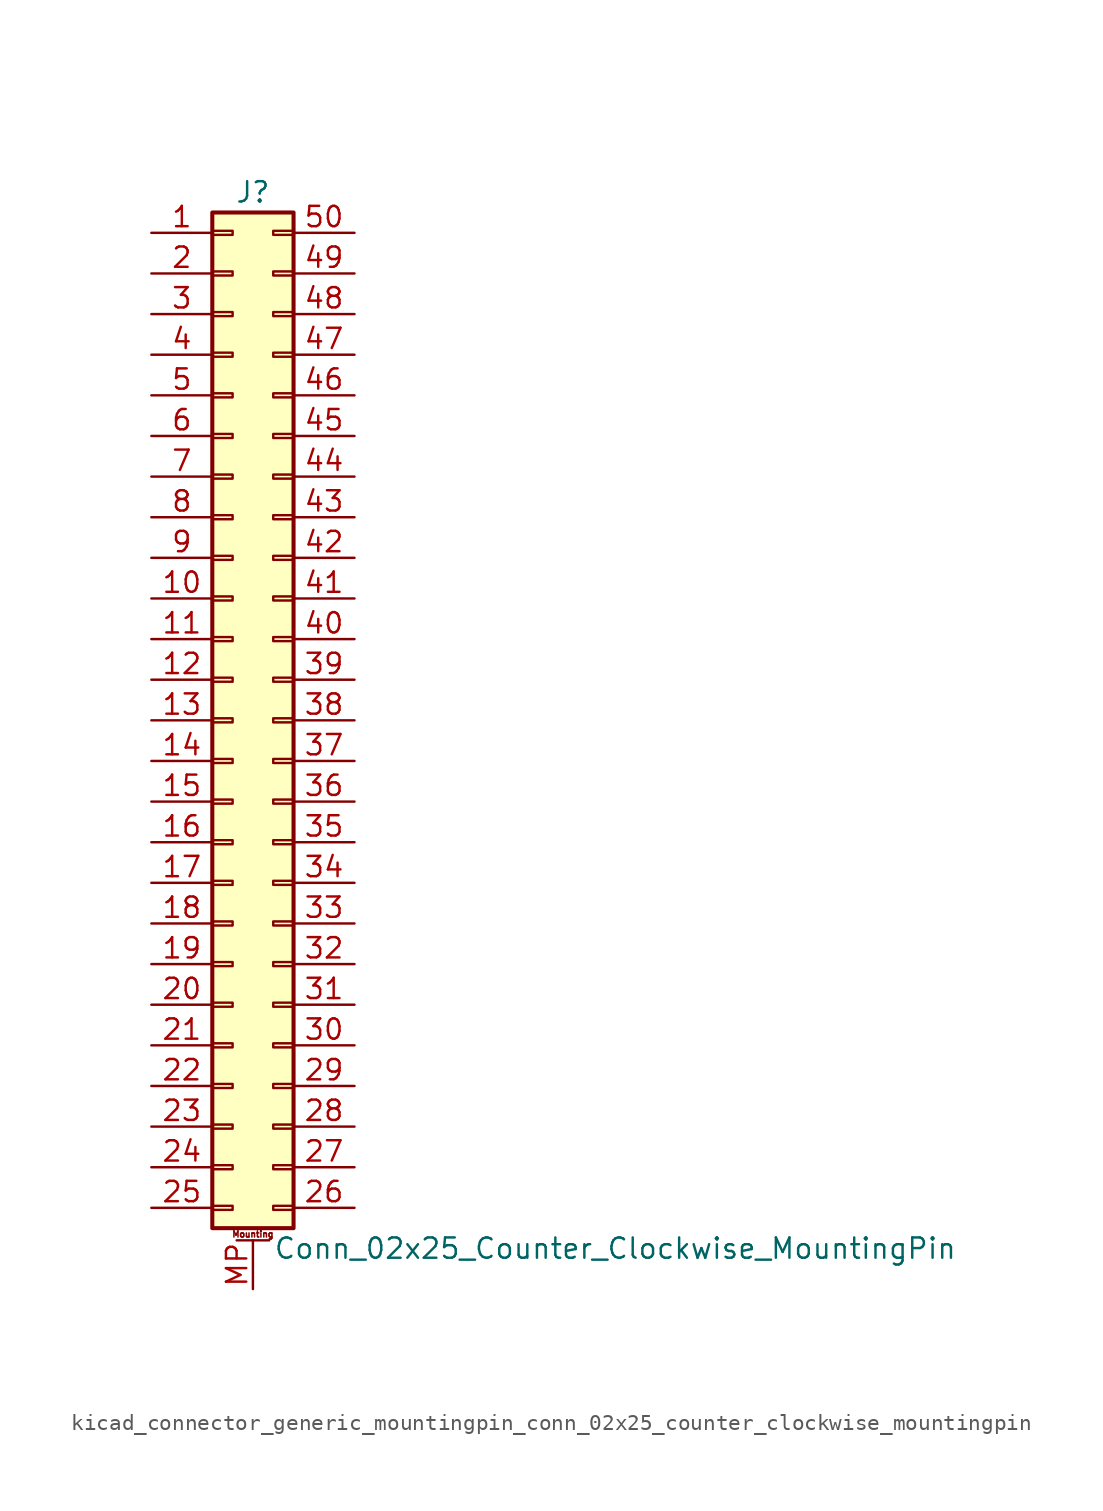
<source format=kicad_sym>
(kicad_symbol_lib
  (version 20220914)
  (generator kicad_symbol_editor)
  (symbol "kicad_connector_generic_mountingpin_conn_02x25_counter_clockwise_mountingpin"
    (pin_names
      (offset 1.016) hide)
    (property "Reference" "J"
      (at 1.27 33.02 0)
      (effects (font (size 1.27 1.27))))
    (property "Value" "Conn_02x25_Counter_Clockwise_MountingPin"
      (at 2.54 -33.02 0)
      (effects (font (size 1.27 1.27)) (justify left)))
    (symbol "kicad_connector_generic_mountingpin_conn_02x25_counter_clockwise_mountingpin_1_1"
      (rectangle (start -1.27 -30.353) (end 0 -30.607) (stroke (width 0.152) (type default)) (fill (type none)))
      (rectangle (start -1.27 -27.813) (end 0 -28.067) (stroke (width 0.152) (type default)) (fill (type none)))
      (rectangle (start -1.27 -25.273) (end 0 -25.527) (stroke (width 0.152) (type default)) (fill (type none)))
      (rectangle (start -1.27 -22.733) (end 0 -22.987) (stroke (width 0.152) (type default)) (fill (type none)))
      (rectangle (start -1.27 -20.193) (end 0 -20.447) (stroke (width 0.152) (type default)) (fill (type none)))
      (rectangle (start -1.27 -17.653) (end 0 -17.907) (stroke (width 0.152) (type default)) (fill (type none)))
      (rectangle (start -1.27 -15.113) (end 0 -15.367) (stroke (width 0.152) (type default)) (fill (type none)))
      (rectangle (start -1.27 -12.573) (end 0 -12.827) (stroke (width 0.152) (type default)) (fill (type none)))
      (rectangle (start -1.27 -10.033) (end 0 -10.287) (stroke (width 0.152) (type default)) (fill (type none)))
      (rectangle (start -1.27 -7.493) (end 0 -7.747) (stroke (width 0.152) (type default)) (fill (type none)))
      (rectangle (start -1.27 -4.953) (end 0 -5.207) (stroke (width 0.152) (type default)) (fill (type none)))
      (rectangle (start -1.27 -2.413) (end 0 -2.667) (stroke (width 0.152) (type default)) (fill (type none)))
      (rectangle (start -1.27 0.127) (end 0 -0.127) (stroke (width 0.152) (type default)) (fill (type none)))
      (rectangle (start -1.27 2.667) (end 0 2.413) (stroke (width 0.152) (type default)) (fill (type none)))
      (rectangle (start -1.27 5.207) (end 0 4.953) (stroke (width 0.152) (type default)) (fill (type none)))
      (rectangle (start -1.27 7.747) (end 0 7.493) (stroke (width 0.152) (type default)) (fill (type none)))
      (rectangle (start -1.27 10.287) (end 0 10.033) (stroke (width 0.152) (type default)) (fill (type none)))
      (rectangle (start -1.27 12.827) (end 0 12.573) (stroke (width 0.152) (type default)) (fill (type none)))
      (rectangle (start -1.27 15.367) (end 0 15.113) (stroke (width 0.152) (type default)) (fill (type none)))
      (rectangle (start -1.27 17.907) (end 0 17.653) (stroke (width 0.152) (type default)) (fill (type none)))
      (rectangle (start -1.27 20.447) (end 0 20.193) (stroke (width 0.152) (type default)) (fill (type none)))
      (rectangle (start -1.27 22.987) (end 0 22.733) (stroke (width 0.152) (type default)) (fill (type none)))
      (rectangle (start -1.27 25.527) (end 0 25.273) (stroke (width 0.152) (type default)) (fill (type none)))
      (rectangle (start -1.27 28.067) (end 0 27.813) (stroke (width 0.152) (type default)) (fill (type none)))
      (rectangle (start -1.27 30.607) (end 0 30.353) (stroke (width 0.152) (type default)) (fill (type none)))
      (rectangle (start -1.27 31.75) (end 3.81 -31.75) (stroke (width 0.254) (type default)) (fill (type background)))
      (polyline (pts (xy 0.254 -32.512) (xy 2.286 -32.512)) (stroke (width 0.152) (type default)) (fill (type none)))
      (rectangle (start 3.81 -30.353) (end 2.54 -30.607) (stroke (width 0.152) (type default)) (fill (type none)))
      (rectangle (start 3.81 -27.813) (end 2.54 -28.067) (stroke (width 0.152) (type default)) (fill (type none)))
      (rectangle (start 3.81 -25.273) (end 2.54 -25.527) (stroke (width 0.152) (type default)) (fill (type none)))
      (rectangle (start 3.81 -22.733) (end 2.54 -22.987) (stroke (width 0.152) (type default)) (fill (type none)))
      (rectangle (start 3.81 -20.193) (end 2.54 -20.447) (stroke (width 0.152) (type default)) (fill (type none)))
      (rectangle (start 3.81 -17.653) (end 2.54 -17.907) (stroke (width 0.152) (type default)) (fill (type none)))
      (rectangle (start 3.81 -15.113) (end 2.54 -15.367) (stroke (width 0.152) (type default)) (fill (type none)))
      (rectangle (start 3.81 -12.573) (end 2.54 -12.827) (stroke (width 0.152) (type default)) (fill (type none)))
      (rectangle (start 3.81 -10.033) (end 2.54 -10.287) (stroke (width 0.152) (type default)) (fill (type none)))
      (rectangle (start 3.81 -7.493) (end 2.54 -7.747) (stroke (width 0.152) (type default)) (fill (type none)))
      (rectangle (start 3.81 -4.953) (end 2.54 -5.207) (stroke (width 0.152) (type default)) (fill (type none)))
      (rectangle (start 3.81 -2.413) (end 2.54 -2.667) (stroke (width 0.152) (type default)) (fill (type none)))
      (rectangle (start 3.81 0.127) (end 2.54 -0.127) (stroke (width 0.152) (type default)) (fill (type none)))
      (rectangle (start 3.81 2.667) (end 2.54 2.413) (stroke (width 0.152) (type default)) (fill (type none)))
      (rectangle (start 3.81 5.207) (end 2.54 4.953) (stroke (width 0.152) (type default)) (fill (type none)))
      (rectangle (start 3.81 7.747) (end 2.54 7.493) (stroke (width 0.152) (type default)) (fill (type none)))
      (rectangle (start 3.81 10.287) (end 2.54 10.033) (stroke (width 0.152) (type default)) (fill (type none)))
      (rectangle (start 3.81 12.827) (end 2.54 12.573) (stroke (width 0.152) (type default)) (fill (type none)))
      (rectangle (start 3.81 15.367) (end 2.54 15.113) (stroke (width 0.152) (type default)) (fill (type none)))
      (rectangle (start 3.81 17.907) (end 2.54 17.653) (stroke (width 0.152) (type default)) (fill (type none)))
      (rectangle (start 3.81 20.447) (end 2.54 20.193) (stroke (width 0.152) (type default)) (fill (type none)))
      (rectangle (start 3.81 22.987) (end 2.54 22.733) (stroke (width 0.152) (type default)) (fill (type none)))
      (rectangle (start 3.81 25.527) (end 2.54 25.273) (stroke (width 0.152) (type default)) (fill (type none)))
      (rectangle (start 3.81 28.067) (end 2.54 27.813) (stroke (width 0.152) (type default)) (fill (type none)))
      (rectangle (start 3.81 30.607) (end 2.54 30.353) (stroke (width 0.152) (type default)) (fill (type none)))
      (text "Mounting" (at 1.27 -32.131 0) (effects (font (size 0.381 0.381))))
      (pin passive line (at -5.08 30.48 0) (length 3.81) (name "Pin_1" (effects (font (size 1.27 1.27)))) (number "1" (effects (font (size 1.27 1.27)))))
      (pin passive line (at -5.08 7.62 0) (length 3.81) (name "Pin_10" (effects (font (size 1.27 1.27)))) (number "10" (effects (font (size 1.27 1.27)))))
      (pin passive line (at -5.08 5.08 0) (length 3.81) (name "Pin_11" (effects (font (size 1.27 1.27)))) (number "11" (effects (font (size 1.27 1.27)))))
      (pin passive line (at -5.08 2.54 0) (length 3.81) (name "Pin_12" (effects (font (size 1.27 1.27)))) (number "12" (effects (font (size 1.27 1.27)))))
      (pin passive line (at -5.08 0 0) (length 3.81) (name "Pin_13" (effects (font (size 1.27 1.27)))) (number "13" (effects (font (size 1.27 1.27)))))
      (pin passive line (at -5.08 -2.54 0) (length 3.81) (name "Pin_14" (effects (font (size 1.27 1.27)))) (number "14" (effects (font (size 1.27 1.27)))))
      (pin passive line (at -5.08 -5.08 0) (length 3.81) (name "Pin_15" (effects (font (size 1.27 1.27)))) (number "15" (effects (font (size 1.27 1.27)))))
      (pin passive line (at -5.08 -7.62 0) (length 3.81) (name "Pin_16" (effects (font (size 1.27 1.27)))) (number "16" (effects (font (size 1.27 1.27)))))
      (pin passive line (at -5.08 -10.16 0) (length 3.81) (name "Pin_17" (effects (font (size 1.27 1.27)))) (number "17" (effects (font (size 1.27 1.27)))))
      (pin passive line (at -5.08 -12.7 0) (length 3.81) (name "Pin_18" (effects (font (size 1.27 1.27)))) (number "18" (effects (font (size 1.27 1.27)))))
      (pin passive line (at -5.08 -15.24 0) (length 3.81) (name "Pin_19" (effects (font (size 1.27 1.27)))) (number "19" (effects (font (size 1.27 1.27)))))
      (pin passive line (at -5.08 27.94 0) (length 3.81) (name "Pin_2" (effects (font (size 1.27 1.27)))) (number "2" (effects (font (size 1.27 1.27)))))
      (pin passive line (at -5.08 -17.78 0) (length 3.81) (name "Pin_20" (effects (font (size 1.27 1.27)))) (number "20" (effects (font (size 1.27 1.27)))))
      (pin passive line (at -5.08 -20.32 0) (length 3.81) (name "Pin_21" (effects (font (size 1.27 1.27)))) (number "21" (effects (font (size 1.27 1.27)))))
      (pin passive line (at -5.08 -22.86 0) (length 3.81) (name "Pin_22" (effects (font (size 1.27 1.27)))) (number "22" (effects (font (size 1.27 1.27)))))
      (pin passive line (at -5.08 -25.4 0) (length 3.81) (name "Pin_23" (effects (font (size 1.27 1.27)))) (number "23" (effects (font (size 1.27 1.27)))))
      (pin passive line (at -5.08 -27.94 0) (length 3.81) (name "Pin_24" (effects (font (size 1.27 1.27)))) (number "24" (effects (font (size 1.27 1.27)))))
      (pin passive line (at -5.08 -30.48 0) (length 3.81) (name "Pin_25" (effects (font (size 1.27 1.27)))) (number "25" (effects (font (size 1.27 1.27)))))
      (pin passive line (at 7.62 -30.48 180) (length 3.81) (name "Pin_26" (effects (font (size 1.27 1.27)))) (number "26" (effects (font (size 1.27 1.27)))))
      (pin passive line (at 7.62 -27.94 180) (length 3.81) (name "Pin_27" (effects (font (size 1.27 1.27)))) (number "27" (effects (font (size 1.27 1.27)))))
      (pin passive line (at 7.62 -25.4 180) (length 3.81) (name "Pin_28" (effects (font (size 1.27 1.27)))) (number "28" (effects (font (size 1.27 1.27)))))
      (pin passive line (at 7.62 -22.86 180) (length 3.81) (name "Pin_29" (effects (font (size 1.27 1.27)))) (number "29" (effects (font (size 1.27 1.27)))))
      (pin passive line (at -5.08 25.4 0) (length 3.81) (name "Pin_3" (effects (font (size 1.27 1.27)))) (number "3" (effects (font (size 1.27 1.27)))))
      (pin passive line (at 7.62 -20.32 180) (length 3.81) (name "Pin_30" (effects (font (size 1.27 1.27)))) (number "30" (effects (font (size 1.27 1.27)))))
      (pin passive line (at 7.62 -17.78 180) (length 3.81) (name "Pin_31" (effects (font (size 1.27 1.27)))) (number "31" (effects (font (size 1.27 1.27)))))
      (pin passive line (at 7.62 -15.24 180) (length 3.81) (name "Pin_32" (effects (font (size 1.27 1.27)))) (number "32" (effects (font (size 1.27 1.27)))))
      (pin passive line (at 7.62 -12.7 180) (length 3.81) (name "Pin_33" (effects (font (size 1.27 1.27)))) (number "33" (effects (font (size 1.27 1.27)))))
      (pin passive line (at 7.62 -10.16 180) (length 3.81) (name "Pin_34" (effects (font (size 1.27 1.27)))) (number "34" (effects (font (size 1.27 1.27)))))
      (pin passive line (at 7.62 -7.62 180) (length 3.81) (name "Pin_35" (effects (font (size 1.27 1.27)))) (number "35" (effects (font (size 1.27 1.27)))))
      (pin passive line (at 7.62 -5.08 180) (length 3.81) (name "Pin_36" (effects (font (size 1.27 1.27)))) (number "36" (effects (font (size 1.27 1.27)))))
      (pin passive line (at 7.62 -2.54 180) (length 3.81) (name "Pin_37" (effects (font (size 1.27 1.27)))) (number "37" (effects (font (size 1.27 1.27)))))
      (pin passive line (at 7.62 0 180) (length 3.81) (name "Pin_38" (effects (font (size 1.27 1.27)))) (number "38" (effects (font (size 1.27 1.27)))))
      (pin passive line (at 7.62 2.54 180) (length 3.81) (name "Pin_39" (effects (font (size 1.27 1.27)))) (number "39" (effects (font (size 1.27 1.27)))))
      (pin passive line (at -5.08 22.86 0) (length 3.81) (name "Pin_4" (effects (font (size 1.27 1.27)))) (number "4" (effects (font (size 1.27 1.27)))))
      (pin passive line (at 7.62 5.08 180) (length 3.81) (name "Pin_40" (effects (font (size 1.27 1.27)))) (number "40" (effects (font (size 1.27 1.27)))))
      (pin passive line (at 7.62 7.62 180) (length 3.81) (name "Pin_41" (effects (font (size 1.27 1.27)))) (number "41" (effects (font (size 1.27 1.27)))))
      (pin passive line (at 7.62 10.16 180) (length 3.81) (name "Pin_42" (effects (font (size 1.27 1.27)))) (number "42" (effects (font (size 1.27 1.27)))))
      (pin passive line (at 7.62 12.7 180) (length 3.81) (name "Pin_43" (effects (font (size 1.27 1.27)))) (number "43" (effects (font (size 1.27 1.27)))))
      (pin passive line (at 7.62 15.24 180) (length 3.81) (name "Pin_44" (effects (font (size 1.27 1.27)))) (number "44" (effects (font (size 1.27 1.27)))))
      (pin passive line (at 7.62 17.78 180) (length 3.81) (name "Pin_45" (effects (font (size 1.27 1.27)))) (number "45" (effects (font (size 1.27 1.27)))))
      (pin passive line (at 7.62 20.32 180) (length 3.81) (name "Pin_46" (effects (font (size 1.27 1.27)))) (number "46" (effects (font (size 1.27 1.27)))))
      (pin passive line (at 7.62 22.86 180) (length 3.81) (name "Pin_47" (effects (font (size 1.27 1.27)))) (number "47" (effects (font (size 1.27 1.27)))))
      (pin passive line (at 7.62 25.4 180) (length 3.81) (name "Pin_48" (effects (font (size 1.27 1.27)))) (number "48" (effects (font (size 1.27 1.27)))))
      (pin passive line (at 7.62 27.94 180) (length 3.81) (name "Pin_49" (effects (font (size 1.27 1.27)))) (number "49" (effects (font (size 1.27 1.27)))))
      (pin passive line (at -5.08 20.32 0) (length 3.81) (name "Pin_5" (effects (font (size 1.27 1.27)))) (number "5" (effects (font (size 1.27 1.27)))))
      (pin passive line (at 7.62 30.48 180) (length 3.81) (name "Pin_50" (effects (font (size 1.27 1.27)))) (number "50" (effects (font (size 1.27 1.27)))))
      (pin passive line (at -5.08 17.78 0) (length 3.81) (name "Pin_6" (effects (font (size 1.27 1.27)))) (number "6" (effects (font (size 1.27 1.27)))))
      (pin passive line (at -5.08 15.24 0) (length 3.81) (name "Pin_7" (effects (font (size 1.27 1.27)))) (number "7" (effects (font (size 1.27 1.27)))))
      (pin passive line (at -5.08 12.7 0) (length 3.81) (name "Pin_8" (effects (font (size 1.27 1.27)))) (number "8" (effects (font (size 1.27 1.27)))))
      (pin passive line (at -5.08 10.16 0) (length 3.81) (name "Pin_9" (effects (font (size 1.27 1.27)))) (number "9" (effects (font (size 1.27 1.27)))))
      (pin passive line (at 1.27 -35.56 90) (length 3.048) (name "MountPin" (effects (font (size 1.27 1.27)))) (number "MP" (effects (font (size 1.27 1.27))))))))
</source>
